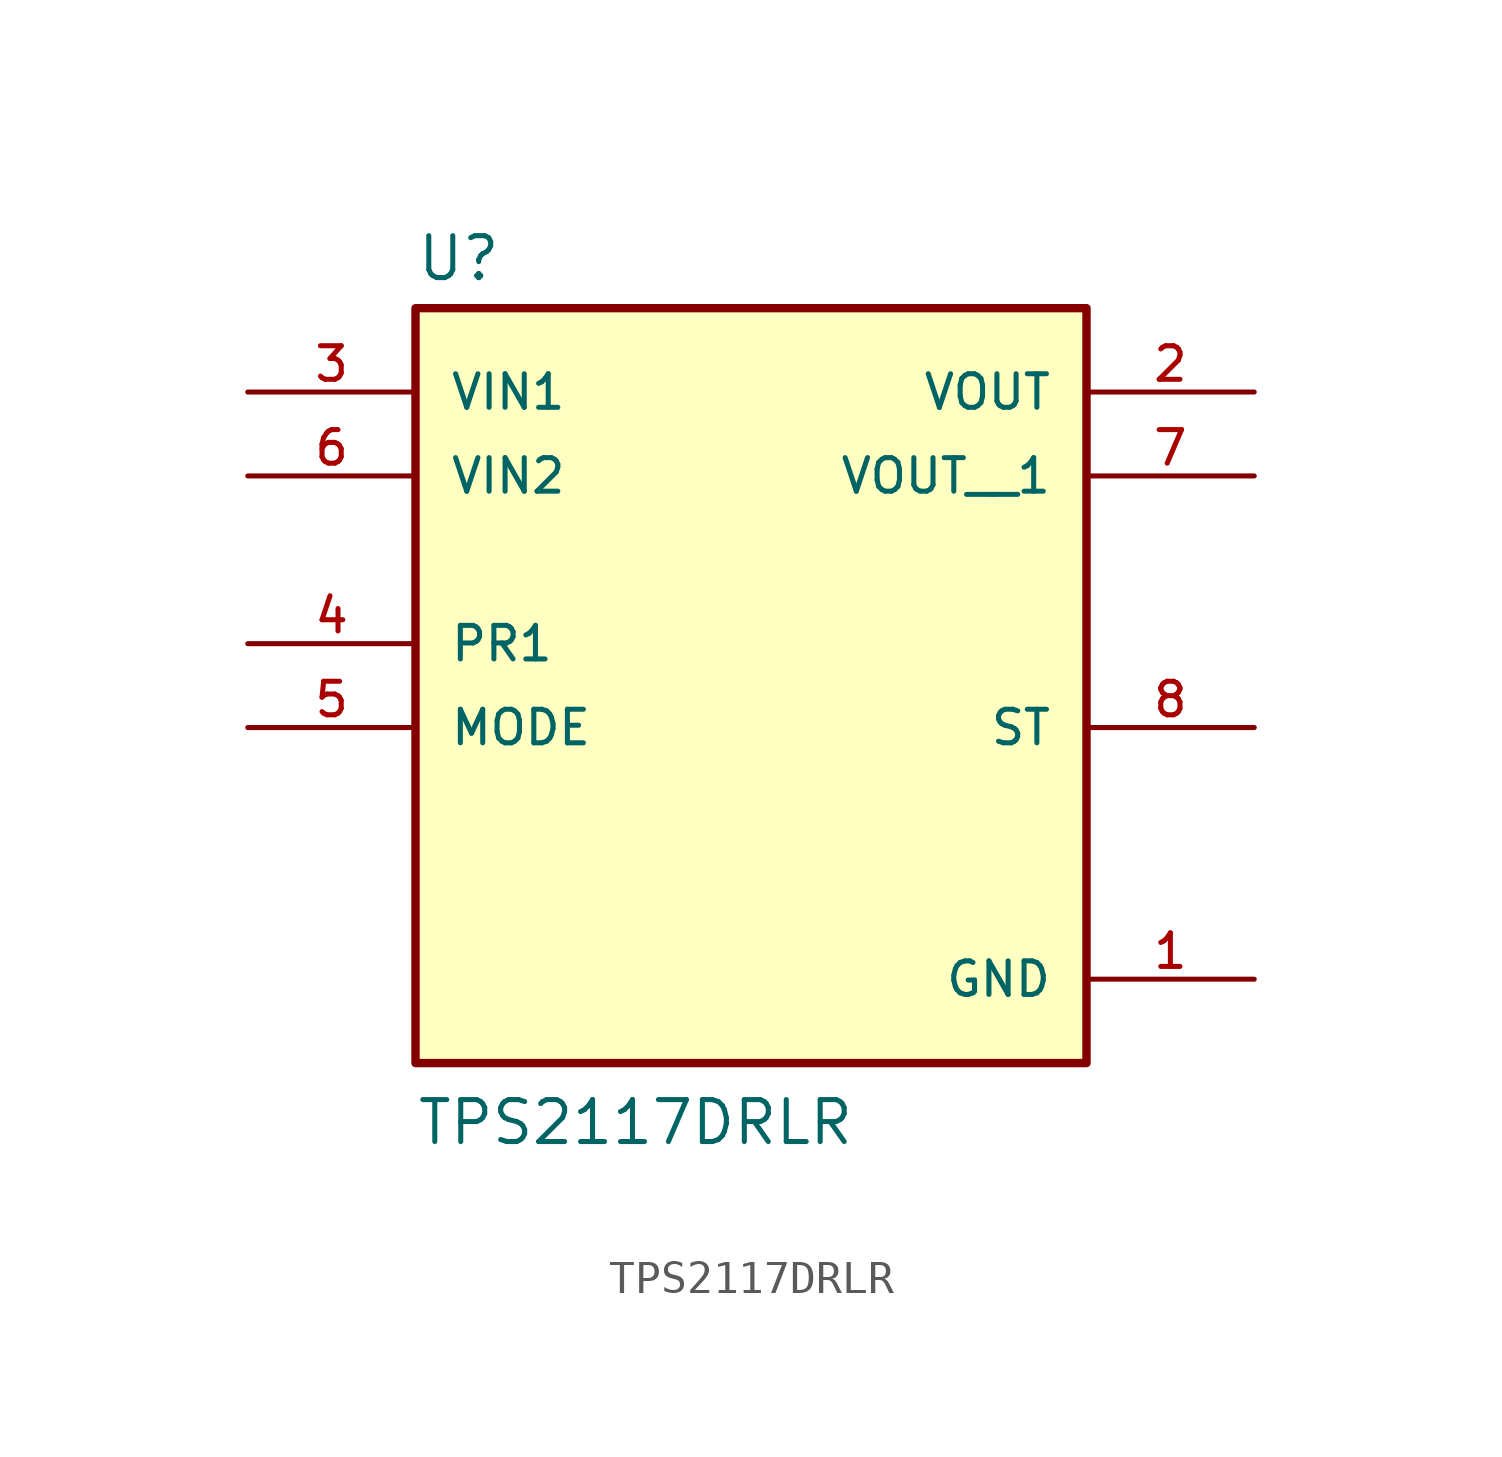
<source format=kicad_sym>
(kicad_symbol_lib
  (version 20211014)
  (generator kicad_symbol_editor)
  (symbol "TPS2117DRLR"
    (pin_names
      (offset 1.016))
    (property "Reference" "U"
      (at -10.16 10.922 0)
      (effects (font (size 1.27 1.27)) (justify bottom left)))
    (property "Value" "TPS2117DRLR"
      (at -10.16 -15.24 0)
      (effects (font (size 1.27 1.27)) (justify bottom left)))
    (symbol "TPS2117DRLR_0_0"
      (rectangle (start -10.16 -12.7) (end 10.16 10.16) (stroke (width 0.254)) (fill (type background)))
      (pin power_in line (at 15.24 -10.16 180.0) (length 5.08) (name "GND" (effects (font (size 1.016 1.016)))) (number "1" (effects (font (size 1.016 1.016)))))
      (pin output line (at 15.24 7.62 180.0) (length 5.08) (name "VOUT" (effects (font (size 1.016 1.016)))) (number "2" (effects (font (size 1.016 1.016)))))
      (pin input line (at -15.24 7.62 0) (length 5.08) (name "VIN1" (effects (font (size 1.016 1.016)))) (number "3" (effects (font (size 1.016 1.016)))))
      (pin input line (at -15.24 0.0 0) (length 5.08) (name "PR1" (effects (font (size 1.016 1.016)))) (number "4" (effects (font (size 1.016 1.016)))))
      (pin input line (at -15.24 -2.54 0) (length 5.08) (name "MODE" (effects (font (size 1.016 1.016)))) (number "5" (effects (font (size 1.016 1.016)))))
      (pin input line (at -15.24 5.08 0) (length 5.08) (name "VIN2" (effects (font (size 1.016 1.016)))) (number "6" (effects (font (size 1.016 1.016)))))
      (pin output line (at 15.24 -2.54 180.0) (length 5.08) (name "ST" (effects (font (size 1.016 1.016)))) (number "8" (effects (font (size 1.016 1.016)))))
      (pin output line (at 15.24 5.08 180.0) (length 5.08) (name "VOUT__1" (effects (font (size 1.016 1.016)))) (number "7" (effects (font (size 1.016 1.016))))))))
</source>
